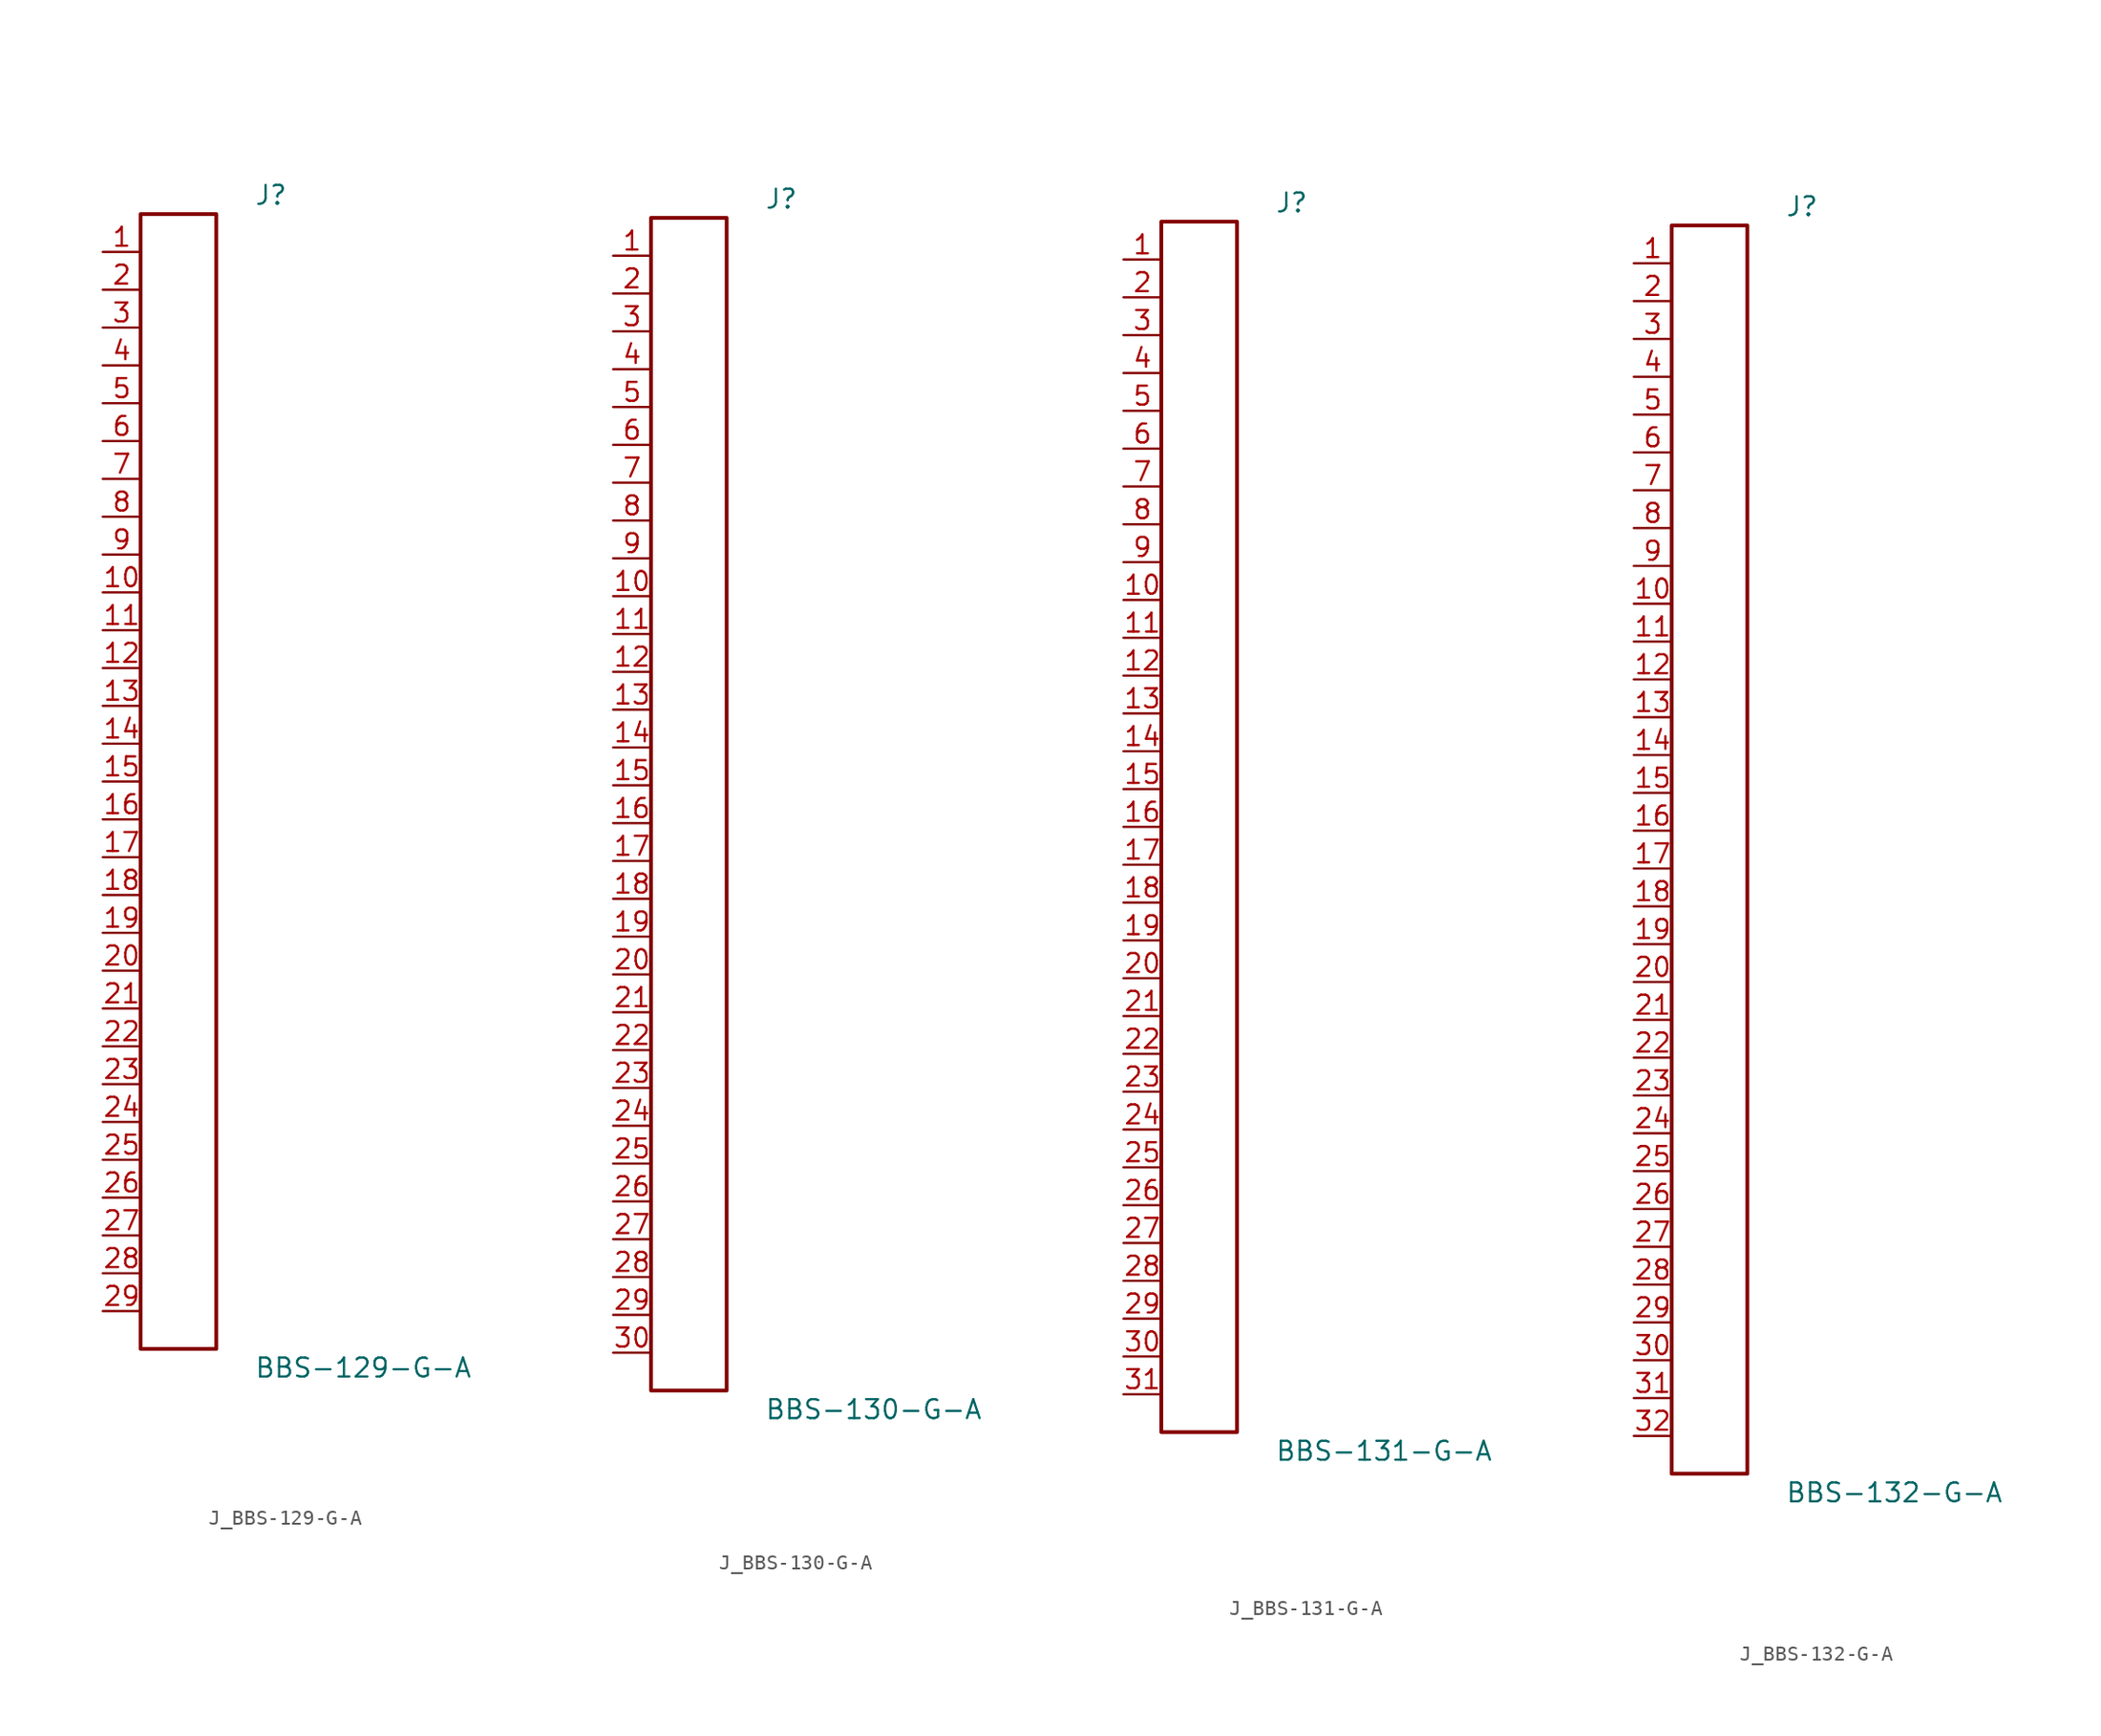
<source format=kicad_sym>
(kicad_symbol_lib
  (version 20231120)
  (generator kicad_symbol_editor)
  (generator_version 8.0)
  (symbol "J_BBS-129-G-A"
    (pin_names
      (offset 0.254))
    (property "Reference" "J"
      (at 5.08 39.37 0)
      (effects (font (size 1.27 1.27)) (justify left)))
    (property "Value" "BBS-129-G-A"
      (at 5.08 -39.37 0)
      (effects (font (size 1.27 1.27)) (justify left)))
    (symbol "J_BBS-129-G-A_0_0"
      (pin passive line (at -5.08 35.56 0) (length 2.54) (name "" (effects (font (size 1.27 1.27)))) (number "1" (effects (font (size 1.27 1.27)))))
      (pin passive line (at -5.08 33.02 0) (length 2.54) (name "" (effects (font (size 1.27 1.27)))) (number "2" (effects (font (size 1.27 1.27)))))
      (pin passive line (at -5.08 30.48 0) (length 2.54) (name "" (effects (font (size 1.27 1.27)))) (number "3" (effects (font (size 1.27 1.27)))))
      (pin passive line (at -5.08 27.94 0) (length 2.54) (name "" (effects (font (size 1.27 1.27)))) (number "4" (effects (font (size 1.27 1.27)))))
      (pin passive line (at -5.08 25.4 0) (length 2.54) (name "" (effects (font (size 1.27 1.27)))) (number "5" (effects (font (size 1.27 1.27)))))
      (pin passive line (at -5.08 22.86 0) (length 2.54) (name "" (effects (font (size 1.27 1.27)))) (number "6" (effects (font (size 1.27 1.27)))))
      (pin passive line (at -5.08 20.32 0) (length 2.54) (name "" (effects (font (size 1.27 1.27)))) (number "7" (effects (font (size 1.27 1.27)))))
      (pin passive line (at -5.08 17.78 0) (length 2.54) (name "" (effects (font (size 1.27 1.27)))) (number "8" (effects (font (size 1.27 1.27)))))
      (pin passive line (at -5.08 15.24 0) (length 2.54) (name "" (effects (font (size 1.27 1.27)))) (number "9" (effects (font (size 1.27 1.27)))))
      (pin passive line (at -5.08 12.7 0) (length 2.54) (name "" (effects (font (size 1.27 1.27)))) (number "10" (effects (font (size 1.27 1.27)))))
      (pin passive line (at -5.08 10.16 0) (length 2.54) (name "" (effects (font (size 1.27 1.27)))) (number "11" (effects (font (size 1.27 1.27)))))
      (pin passive line (at -5.08 7.62 0) (length 2.54) (name "" (effects (font (size 1.27 1.27)))) (number "12" (effects (font (size 1.27 1.27)))))
      (pin passive line (at -5.08 5.08 0) (length 2.54) (name "" (effects (font (size 1.27 1.27)))) (number "13" (effects (font (size 1.27 1.27)))))
      (pin passive line (at -5.08 2.54 0) (length 2.54) (name "" (effects (font (size 1.27 1.27)))) (number "14" (effects (font (size 1.27 1.27)))))
      (pin passive line (at -5.08 0.0 0) (length 2.54) (name "" (effects (font (size 1.27 1.27)))) (number "15" (effects (font (size 1.27 1.27)))))
      (pin passive line (at -5.08 -2.54 0) (length 2.54) (name "" (effects (font (size 1.27 1.27)))) (number "16" (effects (font (size 1.27 1.27)))))
      (pin passive line (at -5.08 -5.08 0) (length 2.54) (name "" (effects (font (size 1.27 1.27)))) (number "17" (effects (font (size 1.27 1.27)))))
      (pin passive line (at -5.08 -7.62 0) (length 2.54) (name "" (effects (font (size 1.27 1.27)))) (number "18" (effects (font (size 1.27 1.27)))))
      (pin passive line (at -5.08 -10.16 0) (length 2.54) (name "" (effects (font (size 1.27 1.27)))) (number "19" (effects (font (size 1.27 1.27)))))
      (pin passive line (at -5.08 -12.7 0) (length 2.54) (name "" (effects (font (size 1.27 1.27)))) (number "20" (effects (font (size 1.27 1.27)))))
      (pin passive line (at -5.08 -15.24 0) (length 2.54) (name "" (effects (font (size 1.27 1.27)))) (number "21" (effects (font (size 1.27 1.27)))))
      (pin passive line (at -5.08 -17.78 0) (length 2.54) (name "" (effects (font (size 1.27 1.27)))) (number "22" (effects (font (size 1.27 1.27)))))
      (pin passive line (at -5.08 -20.32 0) (length 2.54) (name "" (effects (font (size 1.27 1.27)))) (number "23" (effects (font (size 1.27 1.27)))))
      (pin passive line (at -5.08 -22.86 0) (length 2.54) (name "" (effects (font (size 1.27 1.27)))) (number "24" (effects (font (size 1.27 1.27)))))
      (pin passive line (at -5.08 -25.4 0) (length 2.54) (name "" (effects (font (size 1.27 1.27)))) (number "25" (effects (font (size 1.27 1.27)))))
      (pin passive line (at -5.08 -27.94 0) (length 2.54) (name "" (effects (font (size 1.27 1.27)))) (number "26" (effects (font (size 1.27 1.27)))))
      (pin passive line (at -5.08 -30.48 0) (length 2.54) (name "" (effects (font (size 1.27 1.27)))) (number "27" (effects (font (size 1.27 1.27)))))
      (pin passive line (at -5.08 -33.02 0) (length 2.54) (name "" (effects (font (size 1.27 1.27)))) (number "28" (effects (font (size 1.27 1.27)))))
      (pin passive line (at -5.08 -35.56 0) (length 2.54) (name "" (effects (font (size 1.27 1.27)))) (number "29" (effects (font (size 1.27 1.27))))))
    (symbol "J_BBS-129-G-A_1_0"
      (rectangle (start -2.54 38.1) (end 2.54 -38.1) (stroke (width 0.254) (type solid)) (fill (type none)))))
  (symbol "J_BBS-130-G-A"
    (pin_names
      (offset 0.254))
    (property "Reference" "J"
      (at 5.08 40.64 0)
      (effects (font (size 1.27 1.27)) (justify left)))
    (property "Value" "BBS-130-G-A"
      (at 5.08 -40.64 0)
      (effects (font (size 1.27 1.27)) (justify left)))
    (symbol "J_BBS-130-G-A_0_0"
      (pin passive line (at -5.08 36.83 0) (length 2.54) (name "" (effects (font (size 1.27 1.27)))) (number "1" (effects (font (size 1.27 1.27)))))
      (pin passive line (at -5.08 34.29 0) (length 2.54) (name "" (effects (font (size 1.27 1.27)))) (number "2" (effects (font (size 1.27 1.27)))))
      (pin passive line (at -5.08 31.75 0) (length 2.54) (name "" (effects (font (size 1.27 1.27)))) (number "3" (effects (font (size 1.27 1.27)))))
      (pin passive line (at -5.08 29.21 0) (length 2.54) (name "" (effects (font (size 1.27 1.27)))) (number "4" (effects (font (size 1.27 1.27)))))
      (pin passive line (at -5.08 26.67 0) (length 2.54) (name "" (effects (font (size 1.27 1.27)))) (number "5" (effects (font (size 1.27 1.27)))))
      (pin passive line (at -5.08 24.13 0) (length 2.54) (name "" (effects (font (size 1.27 1.27)))) (number "6" (effects (font (size 1.27 1.27)))))
      (pin passive line (at -5.08 21.59 0) (length 2.54) (name "" (effects (font (size 1.27 1.27)))) (number "7" (effects (font (size 1.27 1.27)))))
      (pin passive line (at -5.08 19.05 0) (length 2.54) (name "" (effects (font (size 1.27 1.27)))) (number "8" (effects (font (size 1.27 1.27)))))
      (pin passive line (at -5.08 16.51 0) (length 2.54) (name "" (effects (font (size 1.27 1.27)))) (number "9" (effects (font (size 1.27 1.27)))))
      (pin passive line (at -5.08 13.97 0) (length 2.54) (name "" (effects (font (size 1.27 1.27)))) (number "10" (effects (font (size 1.27 1.27)))))
      (pin passive line (at -5.08 11.43 0) (length 2.54) (name "" (effects (font (size 1.27 1.27)))) (number "11" (effects (font (size 1.27 1.27)))))
      (pin passive line (at -5.08 8.89 0) (length 2.54) (name "" (effects (font (size 1.27 1.27)))) (number "12" (effects (font (size 1.27 1.27)))))
      (pin passive line (at -5.08 6.35 0) (length 2.54) (name "" (effects (font (size 1.27 1.27)))) (number "13" (effects (font (size 1.27 1.27)))))
      (pin passive line (at -5.08 3.81 0) (length 2.54) (name "" (effects (font (size 1.27 1.27)))) (number "14" (effects (font (size 1.27 1.27)))))
      (pin passive line (at -5.08 1.27 0) (length 2.54) (name "" (effects (font (size 1.27 1.27)))) (number "15" (effects (font (size 1.27 1.27)))))
      (pin passive line (at -5.08 -1.27 0) (length 2.54) (name "" (effects (font (size 1.27 1.27)))) (number "16" (effects (font (size 1.27 1.27)))))
      (pin passive line (at -5.08 -3.81 0) (length 2.54) (name "" (effects (font (size 1.27 1.27)))) (number "17" (effects (font (size 1.27 1.27)))))
      (pin passive line (at -5.08 -6.35 0) (length 2.54) (name "" (effects (font (size 1.27 1.27)))) (number "18" (effects (font (size 1.27 1.27)))))
      (pin passive line (at -5.08 -8.89 0) (length 2.54) (name "" (effects (font (size 1.27 1.27)))) (number "19" (effects (font (size 1.27 1.27)))))
      (pin passive line (at -5.08 -11.43 0) (length 2.54) (name "" (effects (font (size 1.27 1.27)))) (number "20" (effects (font (size 1.27 1.27)))))
      (pin passive line (at -5.08 -13.97 0) (length 2.54) (name "" (effects (font (size 1.27 1.27)))) (number "21" (effects (font (size 1.27 1.27)))))
      (pin passive line (at -5.08 -16.51 0) (length 2.54) (name "" (effects (font (size 1.27 1.27)))) (number "22" (effects (font (size 1.27 1.27)))))
      (pin passive line (at -5.08 -19.05 0) (length 2.54) (name "" (effects (font (size 1.27 1.27)))) (number "23" (effects (font (size 1.27 1.27)))))
      (pin passive line (at -5.08 -21.59 0) (length 2.54) (name "" (effects (font (size 1.27 1.27)))) (number "24" (effects (font (size 1.27 1.27)))))
      (pin passive line (at -5.08 -24.13 0) (length 2.54) (name "" (effects (font (size 1.27 1.27)))) (number "25" (effects (font (size 1.27 1.27)))))
      (pin passive line (at -5.08 -26.67 0) (length 2.54) (name "" (effects (font (size 1.27 1.27)))) (number "26" (effects (font (size 1.27 1.27)))))
      (pin passive line (at -5.08 -29.21 0) (length 2.54) (name "" (effects (font (size 1.27 1.27)))) (number "27" (effects (font (size 1.27 1.27)))))
      (pin passive line (at -5.08 -31.75 0) (length 2.54) (name "" (effects (font (size 1.27 1.27)))) (number "28" (effects (font (size 1.27 1.27)))))
      (pin passive line (at -5.08 -34.29 0) (length 2.54) (name "" (effects (font (size 1.27 1.27)))) (number "29" (effects (font (size 1.27 1.27)))))
      (pin passive line (at -5.08 -36.83 0) (length 2.54) (name "" (effects (font (size 1.27 1.27)))) (number "30" (effects (font (size 1.27 1.27))))))
    (symbol "J_BBS-130-G-A_1_0"
      (rectangle (start -2.54 39.37) (end 2.54 -39.37) (stroke (width 0.254) (type solid)) (fill (type none)))))
  (symbol "J_BBS-131-G-A"
    (pin_names
      (offset 0.254))
    (property "Reference" "J"
      (at 5.08 41.91 0)
      (effects (font (size 1.27 1.27)) (justify left)))
    (property "Value" "BBS-131-G-A"
      (at 5.08 -41.91 0)
      (effects (font (size 1.27 1.27)) (justify left)))
    (symbol "J_BBS-131-G-A_0_0"
      (pin passive line (at -5.08 38.1 0) (length 2.54) (name "" (effects (font (size 1.27 1.27)))) (number "1" (effects (font (size 1.27 1.27)))))
      (pin passive line (at -5.08 35.56 0) (length 2.54) (name "" (effects (font (size 1.27 1.27)))) (number "2" (effects (font (size 1.27 1.27)))))
      (pin passive line (at -5.08 33.02 0) (length 2.54) (name "" (effects (font (size 1.27 1.27)))) (number "3" (effects (font (size 1.27 1.27)))))
      (pin passive line (at -5.08 30.48 0) (length 2.54) (name "" (effects (font (size 1.27 1.27)))) (number "4" (effects (font (size 1.27 1.27)))))
      (pin passive line (at -5.08 27.94 0) (length 2.54) (name "" (effects (font (size 1.27 1.27)))) (number "5" (effects (font (size 1.27 1.27)))))
      (pin passive line (at -5.08 25.4 0) (length 2.54) (name "" (effects (font (size 1.27 1.27)))) (number "6" (effects (font (size 1.27 1.27)))))
      (pin passive line (at -5.08 22.86 0) (length 2.54) (name "" (effects (font (size 1.27 1.27)))) (number "7" (effects (font (size 1.27 1.27)))))
      (pin passive line (at -5.08 20.32 0) (length 2.54) (name "" (effects (font (size 1.27 1.27)))) (number "8" (effects (font (size 1.27 1.27)))))
      (pin passive line (at -5.08 17.78 0) (length 2.54) (name "" (effects (font (size 1.27 1.27)))) (number "9" (effects (font (size 1.27 1.27)))))
      (pin passive line (at -5.08 15.24 0) (length 2.54) (name "" (effects (font (size 1.27 1.27)))) (number "10" (effects (font (size 1.27 1.27)))))
      (pin passive line (at -5.08 12.7 0) (length 2.54) (name "" (effects (font (size 1.27 1.27)))) (number "11" (effects (font (size 1.27 1.27)))))
      (pin passive line (at -5.08 10.16 0) (length 2.54) (name "" (effects (font (size 1.27 1.27)))) (number "12" (effects (font (size 1.27 1.27)))))
      (pin passive line (at -5.08 7.62 0) (length 2.54) (name "" (effects (font (size 1.27 1.27)))) (number "13" (effects (font (size 1.27 1.27)))))
      (pin passive line (at -5.08 5.08 0) (length 2.54) (name "" (effects (font (size 1.27 1.27)))) (number "14" (effects (font (size 1.27 1.27)))))
      (pin passive line (at -5.08 2.54 0) (length 2.54) (name "" (effects (font (size 1.27 1.27)))) (number "15" (effects (font (size 1.27 1.27)))))
      (pin passive line (at -5.08 0.0 0) (length 2.54) (name "" (effects (font (size 1.27 1.27)))) (number "16" (effects (font (size 1.27 1.27)))))
      (pin passive line (at -5.08 -2.54 0) (length 2.54) (name "" (effects (font (size 1.27 1.27)))) (number "17" (effects (font (size 1.27 1.27)))))
      (pin passive line (at -5.08 -5.08 0) (length 2.54) (name "" (effects (font (size 1.27 1.27)))) (number "18" (effects (font (size 1.27 1.27)))))
      (pin passive line (at -5.08 -7.62 0) (length 2.54) (name "" (effects (font (size 1.27 1.27)))) (number "19" (effects (font (size 1.27 1.27)))))
      (pin passive line (at -5.08 -10.16 0) (length 2.54) (name "" (effects (font (size 1.27 1.27)))) (number "20" (effects (font (size 1.27 1.27)))))
      (pin passive line (at -5.08 -12.7 0) (length 2.54) (name "" (effects (font (size 1.27 1.27)))) (number "21" (effects (font (size 1.27 1.27)))))
      (pin passive line (at -5.08 -15.24 0) (length 2.54) (name "" (effects (font (size 1.27 1.27)))) (number "22" (effects (font (size 1.27 1.27)))))
      (pin passive line (at -5.08 -17.78 0) (length 2.54) (name "" (effects (font (size 1.27 1.27)))) (number "23" (effects (font (size 1.27 1.27)))))
      (pin passive line (at -5.08 -20.32 0) (length 2.54) (name "" (effects (font (size 1.27 1.27)))) (number "24" (effects (font (size 1.27 1.27)))))
      (pin passive line (at -5.08 -22.86 0) (length 2.54) (name "" (effects (font (size 1.27 1.27)))) (number "25" (effects (font (size 1.27 1.27)))))
      (pin passive line (at -5.08 -25.4 0) (length 2.54) (name "" (effects (font (size 1.27 1.27)))) (number "26" (effects (font (size 1.27 1.27)))))
      (pin passive line (at -5.08 -27.94 0) (length 2.54) (name "" (effects (font (size 1.27 1.27)))) (number "27" (effects (font (size 1.27 1.27)))))
      (pin passive line (at -5.08 -30.48 0) (length 2.54) (name "" (effects (font (size 1.27 1.27)))) (number "28" (effects (font (size 1.27 1.27)))))
      (pin passive line (at -5.08 -33.02 0) (length 2.54) (name "" (effects (font (size 1.27 1.27)))) (number "29" (effects (font (size 1.27 1.27)))))
      (pin passive line (at -5.08 -35.56 0) (length 2.54) (name "" (effects (font (size 1.27 1.27)))) (number "30" (effects (font (size 1.27 1.27)))))
      (pin passive line (at -5.08 -38.1 0) (length 2.54) (name "" (effects (font (size 1.27 1.27)))) (number "31" (effects (font (size 1.27 1.27))))))
    (symbol "J_BBS-131-G-A_1_0"
      (rectangle (start -2.54 40.64) (end 2.54 -40.64) (stroke (width 0.254) (type solid)) (fill (type none)))))
  (symbol "J_BBS-132-G-A"
    (pin_names
      (offset 0.254))
    (property "Reference" "J"
      (at 5.08 43.18 0)
      (effects (font (size 1.27 1.27)) (justify left)))
    (property "Value" "BBS-132-G-A"
      (at 5.08 -43.18 0)
      (effects (font (size 1.27 1.27)) (justify left)))
    (symbol "J_BBS-132-G-A_0_0"
      (pin passive line (at -5.08 39.37 0) (length 2.54) (name "" (effects (font (size 1.27 1.27)))) (number "1" (effects (font (size 1.27 1.27)))))
      (pin passive line (at -5.08 36.83 0) (length 2.54) (name "" (effects (font (size 1.27 1.27)))) (number "2" (effects (font (size 1.27 1.27)))))
      (pin passive line (at -5.08 34.29 0) (length 2.54) (name "" (effects (font (size 1.27 1.27)))) (number "3" (effects (font (size 1.27 1.27)))))
      (pin passive line (at -5.08 31.75 0) (length 2.54) (name "" (effects (font (size 1.27 1.27)))) (number "4" (effects (font (size 1.27 1.27)))))
      (pin passive line (at -5.08 29.21 0) (length 2.54) (name "" (effects (font (size 1.27 1.27)))) (number "5" (effects (font (size 1.27 1.27)))))
      (pin passive line (at -5.08 26.67 0) (length 2.54) (name "" (effects (font (size 1.27 1.27)))) (number "6" (effects (font (size 1.27 1.27)))))
      (pin passive line (at -5.08 24.13 0) (length 2.54) (name "" (effects (font (size 1.27 1.27)))) (number "7" (effects (font (size 1.27 1.27)))))
      (pin passive line (at -5.08 21.59 0) (length 2.54) (name "" (effects (font (size 1.27 1.27)))) (number "8" (effects (font (size 1.27 1.27)))))
      (pin passive line (at -5.08 19.05 0) (length 2.54) (name "" (effects (font (size 1.27 1.27)))) (number "9" (effects (font (size 1.27 1.27)))))
      (pin passive line (at -5.08 16.51 0) (length 2.54) (name "" (effects (font (size 1.27 1.27)))) (number "10" (effects (font (size 1.27 1.27)))))
      (pin passive line (at -5.08 13.97 0) (length 2.54) (name "" (effects (font (size 1.27 1.27)))) (number "11" (effects (font (size 1.27 1.27)))))
      (pin passive line (at -5.08 11.43 0) (length 2.54) (name "" (effects (font (size 1.27 1.27)))) (number "12" (effects (font (size 1.27 1.27)))))
      (pin passive line (at -5.08 8.89 0) (length 2.54) (name "" (effects (font (size 1.27 1.27)))) (number "13" (effects (font (size 1.27 1.27)))))
      (pin passive line (at -5.08 6.35 0) (length 2.54) (name "" (effects (font (size 1.27 1.27)))) (number "14" (effects (font (size 1.27 1.27)))))
      (pin passive line (at -5.08 3.81 0) (length 2.54) (name "" (effects (font (size 1.27 1.27)))) (number "15" (effects (font (size 1.27 1.27)))))
      (pin passive line (at -5.08 1.27 0) (length 2.54) (name "" (effects (font (size 1.27 1.27)))) (number "16" (effects (font (size 1.27 1.27)))))
      (pin passive line (at -5.08 -1.27 0) (length 2.54) (name "" (effects (font (size 1.27 1.27)))) (number "17" (effects (font (size 1.27 1.27)))))
      (pin passive line (at -5.08 -3.81 0) (length 2.54) (name "" (effects (font (size 1.27 1.27)))) (number "18" (effects (font (size 1.27 1.27)))))
      (pin passive line (at -5.08 -6.35 0) (length 2.54) (name "" (effects (font (size 1.27 1.27)))) (number "19" (effects (font (size 1.27 1.27)))))
      (pin passive line (at -5.08 -8.89 0) (length 2.54) (name "" (effects (font (size 1.27 1.27)))) (number "20" (effects (font (size 1.27 1.27)))))
      (pin passive line (at -5.08 -11.43 0) (length 2.54) (name "" (effects (font (size 1.27 1.27)))) (number "21" (effects (font (size 1.27 1.27)))))
      (pin passive line (at -5.08 -13.97 0) (length 2.54) (name "" (effects (font (size 1.27 1.27)))) (number "22" (effects (font (size 1.27 1.27)))))
      (pin passive line (at -5.08 -16.51 0) (length 2.54) (name "" (effects (font (size 1.27 1.27)))) (number "23" (effects (font (size 1.27 1.27)))))
      (pin passive line (at -5.08 -19.05 0) (length 2.54) (name "" (effects (font (size 1.27 1.27)))) (number "24" (effects (font (size 1.27 1.27)))))
      (pin passive line (at -5.08 -21.59 0) (length 2.54) (name "" (effects (font (size 1.27 1.27)))) (number "25" (effects (font (size 1.27 1.27)))))
      (pin passive line (at -5.08 -24.13 0) (length 2.54) (name "" (effects (font (size 1.27 1.27)))) (number "26" (effects (font (size 1.27 1.27)))))
      (pin passive line (at -5.08 -26.67 0) (length 2.54) (name "" (effects (font (size 1.27 1.27)))) (number "27" (effects (font (size 1.27 1.27)))))
      (pin passive line (at -5.08 -29.21 0) (length 2.54) (name "" (effects (font (size 1.27 1.27)))) (number "28" (effects (font (size 1.27 1.27)))))
      (pin passive line (at -5.08 -31.75 0) (length 2.54) (name "" (effects (font (size 1.27 1.27)))) (number "29" (effects (font (size 1.27 1.27)))))
      (pin passive line (at -5.08 -34.29 0) (length 2.54) (name "" (effects (font (size 1.27 1.27)))) (number "30" (effects (font (size 1.27 1.27)))))
      (pin passive line (at -5.08 -36.83 0) (length 2.54) (name "" (effects (font (size 1.27 1.27)))) (number "31" (effects (font (size 1.27 1.27)))))
      (pin passive line (at -5.08 -39.37 0) (length 2.54) (name "" (effects (font (size 1.27 1.27)))) (number "32" (effects (font (size 1.27 1.27))))))
    (symbol "J_BBS-132-G-A_1_0"
      (rectangle (start -2.54 41.91) (end 2.54 -41.91) (stroke (width 0.254) (type solid)) (fill (type none))))))
</source>
